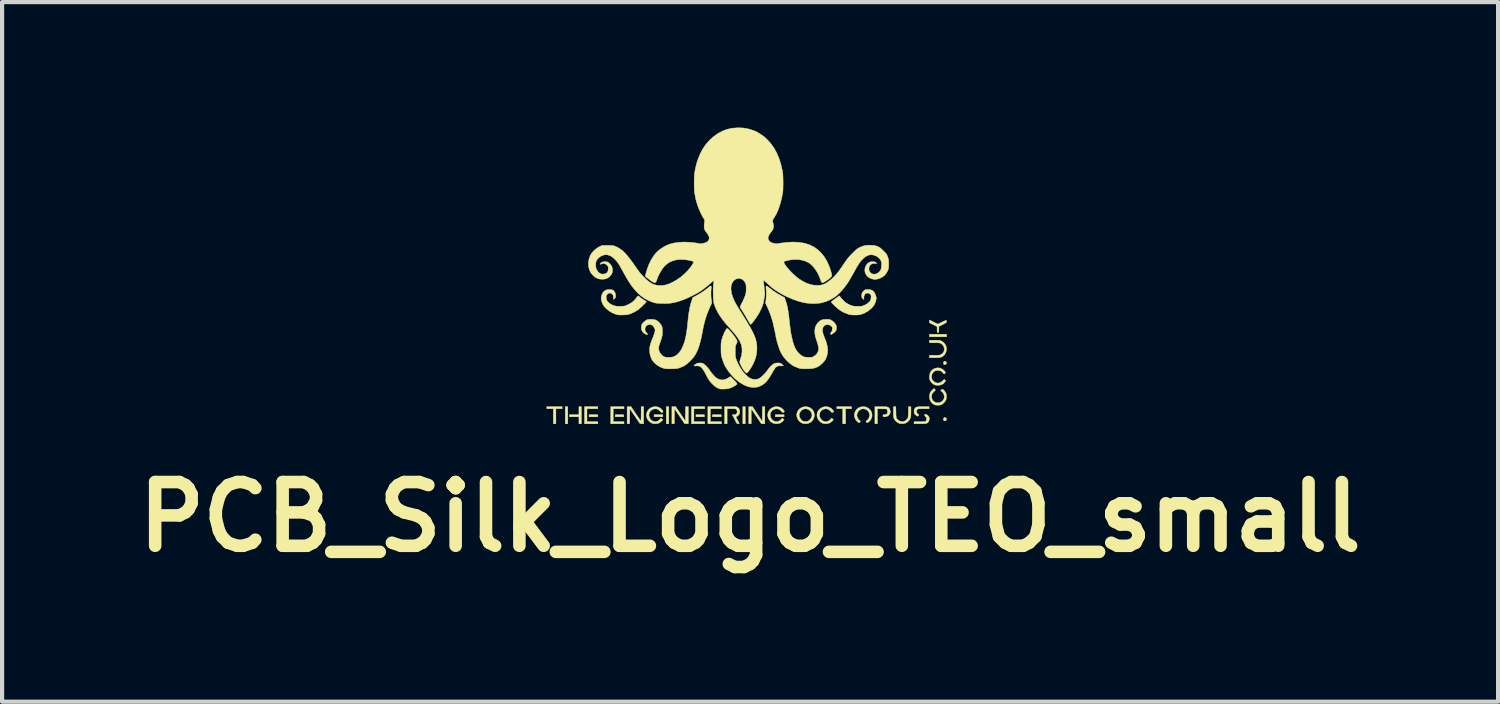
<source format=kicad_pcb>
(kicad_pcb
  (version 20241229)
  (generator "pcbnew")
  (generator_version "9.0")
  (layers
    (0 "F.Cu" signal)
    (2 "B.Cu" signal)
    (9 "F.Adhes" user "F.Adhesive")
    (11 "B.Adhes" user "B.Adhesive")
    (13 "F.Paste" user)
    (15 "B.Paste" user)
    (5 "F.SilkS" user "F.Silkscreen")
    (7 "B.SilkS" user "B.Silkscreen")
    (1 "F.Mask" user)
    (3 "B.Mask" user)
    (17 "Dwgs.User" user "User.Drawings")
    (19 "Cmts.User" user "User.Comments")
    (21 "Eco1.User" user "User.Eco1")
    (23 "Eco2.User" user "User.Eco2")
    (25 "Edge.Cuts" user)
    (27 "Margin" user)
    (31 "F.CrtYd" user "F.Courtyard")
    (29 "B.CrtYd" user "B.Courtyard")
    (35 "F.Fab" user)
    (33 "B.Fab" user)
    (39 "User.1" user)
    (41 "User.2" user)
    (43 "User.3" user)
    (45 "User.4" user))
  (footprint "PCB_Silk_Logo_TEO_small"
    (layer "F.Cu")
    (at 14.484 8.91)
    (property "Reference" "PCB_Silk_Logo_TEO_small" (at 0.4 0.4 0) (layer "F.SilkS") (effects (font (size 1.524 1.524) (thickness 0.3))))
    (attr through_hole)
    (fp_poly (pts (xy -3.959 -1.828) (xy -4.018 -1.828) (xy -4.018 -2.237) (xy -3.959 -2.237) (xy -3.959 -1.828)) (stroke (width 0.01) (type solid)) (fill yes) (layer "F.SilkS"))
    (fp_poly (pts (xy -3.241 -1.995) (xy -3.449 -1.995) (xy -3.449 -2.045) (xy -3.241 -2.045) (xy -3.241 -1.995)) (stroke (width 0.01) (type solid)) (fill yes) (layer "F.SilkS"))
    (fp_poly (pts (xy -2.622 -1.995) (xy -2.823 -1.995) (xy -2.823 -2.045) (xy -2.622 -2.045) (xy -2.622 -1.995)) (stroke (width 0.01) (type solid)) (fill yes) (layer "F.SilkS"))
    (fp_poly (pts (xy -1.686 -1.995) (xy -1.895 -1.995) (xy -1.895 -2.045) (xy -1.686 -2.045) (xy -1.686 -1.995)) (stroke (width 0.01) (type solid)) (fill yes) (layer "F.SilkS"))
    (fp_poly (pts (xy -1.544 -1.828) (xy -1.603 -1.828) (xy -1.603 -2.237) (xy -1.544 -2.237) (xy -1.544 -1.828)) (stroke (width 0.01) (type solid)) (fill yes) (layer "F.SilkS"))
    (fp_poly (pts (xy -0.692 -1.995) (xy -0.893 -1.995) (xy -0.893 -2.045) (xy -0.692 -2.045) (xy -0.692 -1.995)) (stroke (width 0.01) (type solid)) (fill yes) (layer "F.SilkS"))
    (fp_poly (pts (xy -0.291 -1.995) (xy -0.5 -1.995) (xy -0.5 -2.045) (xy -0.291 -2.045) (xy -0.291 -1.995)) (stroke (width 0.01) (type solid)) (fill yes) (layer "F.SilkS"))
    (fp_poly (pts (xy 0.285 -1.828) (xy 0.227 -1.828) (xy 0.227 -2.237) (xy 0.285 -2.237) (xy 0.285 -1.828)) (stroke (width 0.01) (type solid)) (fill yes) (layer "F.SilkS"))
    (fp_poly (pts (xy 1.213 -1.995) (xy 1.004 -1.995) (xy 1.004 -2.045) (xy 1.213 -2.045) (xy 1.213 -1.995)) (stroke (width 0.01) (type solid)) (fill yes) (layer "F.SilkS"))
    (fp_poly (pts (xy 5.098 -3.908) (xy 4.689 -3.908) (xy 4.689 -3.967) (xy 5.098 -3.967) (xy 5.098 -3.908)) (stroke (width 0.01) (type solid)) (fill yes) (layer "F.SilkS"))
    (fp_poly (pts (xy -4.093 -2.187) (xy -4.243 -2.187) (xy -4.243 -1.828) (xy -4.302 -1.828) (xy -4.302 -2.187) (xy -4.46 -2.187) (xy -4.46 -2.237) (xy -4.093 -2.237) (xy -4.093 -2.187)) (stroke (width 0.01) (type solid)) (fill yes) (layer "F.SilkS"))
    (fp_poly (pts (xy -3.633 -1.828) (xy -3.692 -1.828) (xy -3.692 -1.995) (xy -3.917 -1.995) (xy -3.917 -2.045) (xy -3.692 -2.045) (xy -3.692 -2.237) (xy -3.633 -2.237) (xy -3.633 -1.828)) (stroke (width 0.01) (type solid)) (fill yes) (layer "F.SilkS"))
    (fp_poly (pts (xy -3.241 -2.187) (xy -3.5 -2.187) (xy -3.5 -1.878) (xy -3.241 -1.878) (xy -3.241 -1.828) (xy -3.558 -1.828) (xy -3.558 -2.237) (xy -3.241 -2.237) (xy -3.241 -2.187)) (stroke (width 0.01) (type solid)) (fill yes) (layer "F.SilkS"))
    (fp_poly (pts (xy -2.614 -2.187) (xy -2.873 -2.187) (xy -2.873 -1.878) (xy -2.614 -1.878) (xy -2.614 -1.828) (xy -2.931 -1.828) (xy -2.931 -2.237) (xy -2.614 -2.237) (xy -2.614 -2.187)) (stroke (width 0.01) (type solid)) (fill yes) (layer "F.SilkS"))
    (fp_poly (pts (xy -0.684 -2.187) (xy -0.943 -2.187) (xy -0.943 -1.878) (xy -0.684 -1.878) (xy -0.684 -1.828) (xy -1.001 -1.828) (xy -1.001 -2.237) (xy -0.684 -2.237) (xy -0.684 -2.187)) (stroke (width 0.01) (type solid)) (fill yes) (layer "F.SilkS"))
    (fp_poly (pts (xy -0.283 -2.187) (xy -0.55 -2.187) (xy -0.55 -1.878) (xy -0.283 -1.878) (xy -0.283 -1.828) (xy -0.609 -1.828) (xy -0.609 -2.237) (xy -0.283 -2.237) (xy -0.283 -2.187)) (stroke (width 0.01) (type solid)) (fill yes) (layer "F.SilkS"))
    (fp_poly (pts (xy 2.825 -2.187) (xy 2.683 -2.187) (xy 2.683 -1.828) (xy 2.616 -1.828) (xy 2.616 -2.187) (xy 2.474 -2.187) (xy 2.474 -2.237) (xy 2.825 -2.237) (xy 2.825 -2.187)) (stroke (width 0.01) (type solid)) (fill yes) (layer "F.SilkS"))
    (fp_poly (pts (xy 0.753 -1.828) (xy 0.671 -1.828) (xy 0.427 -2.191) (xy 0.427 -1.828) (xy 0.369 -1.828) (xy 0.369 -2.237) (xy 0.457 -2.237) (xy 0.691 -1.884) (xy 0.695 -2.237) (xy 0.753 -2.237) (xy 0.753 -1.828)) (stroke (width 0.01) (type solid)) (fill yes) (layer "F.SilkS"))
    (fp_poly (pts (xy -1.264 -2.065) (xy -1.148 -1.893) (xy -1.143 -2.237) (xy -1.077 -2.237) (xy -1.077 -1.828) (xy -1.164 -1.829) (xy -1.285 -2.009) (xy -1.407 -2.189) (xy -1.409 -2.009) (xy -1.411 -1.828) (xy -1.469 -1.828) (xy -1.469 -2.237) (xy -1.38 -2.237) (xy -1.264 -2.065)) (stroke (width 0.01) (type solid)) (fill yes) (layer "F.SilkS"))
    (fp_poly (pts (xy 5.077 -3.316) (xy 5.093 -3.299) (xy 5.098 -3.282) (xy 5.091 -3.26) (xy 5.075 -3.246) (xy 5.055 -3.241) (xy 5.035 -3.248) (xy 5.033 -3.25) (xy 5.025 -3.266) (xy 5.023 -3.282) (xy 5.029 -3.307) (xy 5.045 -3.321) (xy 5.057 -3.324) (xy 5.077 -3.316)) (stroke (width 0.01) (type solid)) (fill yes) (layer "F.SilkS"))
    (fp_poly (pts (xy 5.077 -1.971) (xy 5.093 -1.954) (xy 5.098 -1.937) (xy 5.091 -1.915) (xy 5.075 -1.901) (xy 5.055 -1.896) (xy 5.035 -1.903) (xy 5.033 -1.905) (xy 5.025 -1.92) (xy 5.023 -1.937) (xy 5.029 -1.962) (xy 5.045 -1.976) (xy 5.057 -1.978) (xy 5.077 -1.971)) (stroke (width 0.01) (type solid)) (fill yes) (layer "F.SilkS"))
    (fp_poly (pts (xy -2.332 -2.066) (xy -2.3 -2.019) (xy -2.271 -1.977) (xy -2.246 -1.941) (xy -2.227 -1.915) (xy -2.215 -1.899) (xy -2.211 -1.895) (xy -2.209 -1.903) (xy -2.207 -1.925) (xy -2.206 -1.959) (xy -2.205 -2.002) (xy -2.205 -2.052) (xy -2.204 -2.066) (xy -2.204 -2.237) (xy -2.146 -2.237) (xy -2.146 -1.827) (xy -2.189 -1.83) (xy -2.232 -1.832) (xy -2.476 -2.191) (xy -2.481 -1.828) (xy -2.539 -1.828) (xy -2.539 -2.237) (xy -2.447 -2.237) (xy -2.332 -2.066)) (stroke (width 0.01) (type solid)) (fill yes) (layer "F.SilkS"))
    (fp_poly (pts (xy 4.788 -4.26) (xy 4.888 -4.21) (xy 4.991 -4.258) (xy 5.032 -4.278) (xy 5.06 -4.291) (xy 5.079 -4.298) (xy 5.089 -4.3) (xy 5.094 -4.297) (xy 5.096 -4.29) (xy 5.097 -4.287) (xy 5.097 -4.266) (xy 5.095 -4.255) (xy 5.086 -4.246) (xy 5.065 -4.233) (xy 5.035 -4.216) (xy 5.002 -4.199) (xy 4.914 -4.155) (xy 4.914 -4.082) (xy 4.914 -4.047) (xy 4.913 -4.025) (xy 4.91 -4.014) (xy 4.904 -4.009) (xy 4.894 -4.009) (xy 4.893 -4.009) (xy 4.883 -4.009) (xy 4.877 -4.013) (xy 4.874 -4.024) (xy 4.873 -4.046) (xy 4.872 -4.08) (xy 4.872 -4.151) (xy 4.781 -4.197) (xy 4.689 -4.243) (xy 4.689 -4.31) (xy 4.788 -4.26)) (stroke (width 0.01) (type solid)) (fill yes) (layer "F.SilkS"))
    (fp_poly (pts (xy 3.529 -2.237) (xy 3.59 -2.237) (xy 3.636 -2.235) (xy 3.67 -2.231) (xy 3.695 -2.224) (xy 3.713 -2.214) (xy 3.726 -2.199) (xy 3.737 -2.18) (xy 3.739 -2.177) (xy 3.752 -2.132) (xy 3.75 -2.091) (xy 3.734 -2.054) (xy 3.707 -2.024) (xy 3.669 -2.004) (xy 3.623 -1.995) (xy 3.617 -1.995) (xy 3.593 -1.996) (xy 3.581 -1.999) (xy 3.578 -2.009) (xy 3.577 -2.02) (xy 3.579 -2.036) (xy 3.586 -2.043) (xy 3.603 -2.045) (xy 3.611 -2.045) (xy 3.646 -2.049) (xy 3.668 -2.06) (xy 3.683 -2.083) (xy 3.686 -2.091) (xy 3.691 -2.114) (xy 3.688 -2.134) (xy 3.68 -2.152) (xy 3.665 -2.183) (xy 3.554 -2.185) (xy 3.444 -2.188) (xy 3.444 -1.828) (xy 3.385 -1.828) (xy 3.385 -2.237) (xy 3.529 -2.237)) (stroke (width 0.01) (type solid)) (fill yes) (layer "F.SilkS"))
    (fp_poly (pts (xy 4.611 -2.052) (xy 4.633 -2.041) (xy 4.654 -2.023) (xy 4.672 -2) (xy 4.677 -1.99) (xy 4.687 -1.958) (xy 4.686 -1.929) (xy 4.675 -1.896) (xy 4.672 -1.89) (xy 4.66 -1.869) (xy 4.647 -1.854) (xy 4.629 -1.843) (xy 4.605 -1.835) (xy 4.572 -1.831) (xy 4.527 -1.829) (xy 4.468 -1.828) (xy 4.46 -1.828) (xy 4.321 -1.828) (xy 4.321 -1.878) (xy 4.455 -1.878) (xy 4.505 -1.878) (xy 4.542 -1.879) (xy 4.567 -1.88) (xy 4.584 -1.883) (xy 4.595 -1.887) (xy 4.603 -1.893) (xy 4.605 -1.895) (xy 4.619 -1.92) (xy 4.622 -1.943) (xy 4.619 -1.971) (xy 4.611 -1.988) (xy 4.593 -2.001) (xy 4.59 -2.002) (xy 4.575 -2.019) (xy 4.572 -2.033) (xy 4.577 -2.049) (xy 4.591 -2.055) (xy 4.611 -2.052)) (stroke (width 0.01) (type solid)) (fill yes) (layer "F.SilkS"))
    (fp_poly (pts (xy 4.68 -2.187) (xy 4.547 -2.187) (xy 4.496 -2.187) (xy 4.459 -2.186) (xy 4.434 -2.185) (xy 4.417 -2.182) (xy 4.406 -2.178) (xy 4.398 -2.173) (xy 4.396 -2.171) (xy 4.384 -2.15) (xy 4.381 -2.124) (xy 4.384 -2.098) (xy 4.394 -2.076) (xy 4.41 -2.063) (xy 4.418 -2.062) (xy 4.427 -2.054) (xy 4.43 -2.037) (xy 4.425 -2.017) (xy 4.411 -2.011) (xy 4.39 -2.016) (xy 4.364 -2.034) (xy 4.353 -2.044) (xy 4.334 -2.065) (xy 4.325 -2.083) (xy 4.321 -2.105) (xy 4.321 -2.12) (xy 4.324 -2.156) (xy 4.333 -2.184) (xy 4.335 -2.188) (xy 4.347 -2.205) (xy 4.362 -2.217) (xy 4.381 -2.226) (xy 4.409 -2.232) (xy 4.446 -2.236) (xy 4.496 -2.237) (xy 4.542 -2.237) (xy 4.68 -2.237) (xy 4.68 -2.187)) (stroke (width 0.01) (type solid)) (fill yes) (layer "F.SilkS"))
    (fp_poly (pts (xy -0.068 -2.237) (xy -0.015 -2.237) (xy 0.024 -2.236) (xy 0.052 -2.235) (xy 0.071 -2.232) (xy 0.086 -2.228) (xy 0.097 -2.222) (xy 0.099 -2.221) (xy 0.131 -2.194) (xy 0.149 -2.16) (xy 0.154 -2.122) (xy 0.148 -2.076) (xy 0.127 -2.038) (xy 0.094 -2.01) (xy 0.092 -2.008) (xy 0.061 -1.992) (xy 0.102 -1.91) (xy 0.143 -1.828) (xy 0.114 -1.828) (xy 0.103 -1.828) (xy 0.093 -1.831) (xy 0.084 -1.838) (xy 0.074 -1.853) (xy 0.061 -1.876) (xy 0.044 -1.91) (xy 0.031 -1.937) (xy -0.024 -2.045) (xy 0.017 -2.045) (xy 0.045 -2.047) (xy 0.062 -2.053) (xy 0.076 -2.067) (xy 0.076 -2.067) (xy 0.088 -2.091) (xy 0.093 -2.116) (xy 0.088 -2.142) (xy 0.076 -2.165) (xy 0.068 -2.174) (xy 0.06 -2.181) (xy 0.047 -2.184) (xy 0.028 -2.186) (xy -0.002 -2.187) (xy -0.045 -2.187) (xy -0.149 -2.187) (xy -0.149 -1.828) (xy -0.208 -1.828) (xy -0.208 -2.237) (xy -0.068 -2.237)) (stroke (width 0.01) (type solid)) (fill yes) (layer "F.SilkS"))
    (fp_poly (pts (xy 4.861 -3.825) (xy 4.896 -3.824) (xy 4.922 -3.822) (xy 4.941 -3.819) (xy 4.958 -3.813) (xy 4.975 -3.805) (xy 4.982 -3.802) (xy 5.029 -3.769) (xy 5.064 -3.728) (xy 5.087 -3.679) (xy 5.097 -3.627) (xy 5.093 -3.574) (xy 5.076 -3.523) (xy 5.045 -3.475) (xy 5.03 -3.46) (xy 5.008 -3.441) (xy 4.986 -3.427) (xy 4.961 -3.417) (xy 4.93 -3.412) (xy 4.889 -3.408) (xy 4.836 -3.407) (xy 4.814 -3.407) (xy 4.689 -3.407) (xy 4.689 -3.466) (xy 4.81 -3.466) (xy 4.86 -3.466) (xy 4.896 -3.467) (xy 4.922 -3.469) (xy 4.941 -3.473) (xy 4.957 -3.479) (xy 4.964 -3.482) (xy 5.003 -3.51) (xy 5.03 -3.547) (xy 5.044 -3.589) (xy 5.044 -3.634) (xy 5.03 -3.677) (xy 5.008 -3.71) (xy 4.987 -3.73) (xy 4.968 -3.745) (xy 4.945 -3.756) (xy 4.916 -3.762) (xy 4.879 -3.765) (xy 4.829 -3.766) (xy 4.806 -3.766) (xy 4.689 -3.766) (xy 4.689 -3.825) (xy 4.812 -3.825) (xy 4.861 -3.825)) (stroke (width 0.01) (type solid)) (fill yes) (layer "F.SilkS"))
    (fp_poly (pts (xy 3.888 -2.105) (xy 3.889 -2.055) (xy 3.89 -2.019) (xy 3.892 -1.994) (xy 3.895 -1.976) (xy 3.9 -1.963) (xy 3.907 -1.952) (xy 3.914 -1.942) (xy 3.95 -1.908) (xy 3.991 -1.887) (xy 4.035 -1.879) (xy 4.079 -1.885) (xy 4.12 -1.905) (xy 4.154 -1.937) (xy 4.16 -1.946) (xy 4.169 -1.96) (xy 4.175 -1.973) (xy 4.179 -1.989) (xy 4.182 -2.01) (xy 4.184 -2.039) (xy 4.185 -2.08) (xy 4.186 -2.109) (xy 4.188 -2.237) (xy 4.246 -2.237) (xy 4.246 -2.114) (xy 4.245 -2.065) (xy 4.244 -2.029) (xy 4.242 -2.003) (xy 4.239 -1.983) (xy 4.233 -1.965) (xy 4.226 -1.949) (xy 4.196 -1.901) (xy 4.157 -1.866) (xy 4.12 -1.845) (xy 4.079 -1.833) (xy 4.032 -1.829) (xy 3.986 -1.833) (xy 3.966 -1.838) (xy 3.915 -1.864) (xy 3.873 -1.903) (xy 3.844 -1.947) (xy 3.838 -1.961) (xy 3.834 -1.977) (xy 3.831 -1.998) (xy 3.829 -2.027) (xy 3.828 -2.068) (xy 3.828 -2.108) (xy 3.828 -2.237) (xy 3.885 -2.237) (xy 3.888 -2.105)) (stroke (width 0.01) (type solid)) (fill yes) (layer "F.SilkS"))
    (fp_poly (pts (xy 2.241 -2.235) (xy 2.291 -2.223) (xy 2.337 -2.198) (xy 2.374 -2.162) (xy 2.375 -2.16) (xy 2.391 -2.136) (xy 2.398 -2.121) (xy 2.394 -2.111) (xy 2.38 -2.103) (xy 2.378 -2.102) (xy 2.365 -2.098) (xy 2.354 -2.1) (xy 2.341 -2.112) (xy 2.327 -2.128) (xy 2.287 -2.164) (xy 2.244 -2.183) (xy 2.198 -2.186) (xy 2.15 -2.173) (xy 2.142 -2.17) (xy 2.103 -2.142) (xy 2.076 -2.106) (xy 2.061 -2.064) (xy 2.06 -2.019) (xy 2.072 -1.974) (xy 2.098 -1.933) (xy 2.102 -1.929) (xy 2.141 -1.897) (xy 2.185 -1.88) (xy 2.23 -1.879) (xy 2.274 -1.893) (xy 2.314 -1.923) (xy 2.323 -1.932) (xy 2.351 -1.964) (xy 2.393 -1.922) (xy 2.361 -1.891) (xy 2.335 -1.869) (xy 2.307 -1.85) (xy 2.296 -1.844) (xy 2.258 -1.833) (xy 2.213 -1.829) (xy 2.169 -1.831) (xy 2.132 -1.841) (xy 2.082 -1.871) (xy 2.043 -1.91) (xy 2.016 -1.956) (xy 2.001 -2.006) (xy 2 -2.057) (xy 2.013 -2.108) (xy 2.041 -2.156) (xy 2.047 -2.163) (xy 2.088 -2.199) (xy 2.136 -2.224) (xy 2.188 -2.236) (xy 2.241 -2.235)) (stroke (width 0.01) (type solid)) (fill yes) (layer "F.SilkS"))
    (fp_poly (pts (xy -1.837 -2.235) (xy -1.786 -2.223) (xy -1.741 -2.198) (xy -1.704 -2.162) (xy -1.702 -2.16) (xy -1.686 -2.136) (xy -1.68 -2.121) (xy -1.684 -2.111) (xy -1.697 -2.103) (xy -1.699 -2.102) (xy -1.712 -2.098) (xy -1.723 -2.1) (xy -1.737 -2.112) (xy -1.751 -2.128) (xy -1.79 -2.164) (xy -1.833 -2.183) (xy -1.879 -2.186) (xy -1.928 -2.173) (xy -1.935 -2.17) (xy -1.974 -2.142) (xy -2.001 -2.106) (xy -2.016 -2.064) (xy -2.018 -2.019) (xy -2.005 -1.974) (xy -1.979 -1.933) (xy -1.976 -1.929) (xy -1.936 -1.897) (xy -1.892 -1.88) (xy -1.848 -1.879) (xy -1.804 -1.893) (xy -1.764 -1.923) (xy -1.755 -1.932) (xy -1.727 -1.964) (xy -1.706 -1.943) (xy -1.685 -1.922) (xy -1.716 -1.891) (xy -1.742 -1.869) (xy -1.771 -1.85) (xy -1.782 -1.844) (xy -1.819 -1.833) (xy -1.864 -1.829) (xy -1.908 -1.831) (xy -1.945 -1.841) (xy -1.995 -1.871) (xy -2.035 -1.91) (xy -2.062 -1.956) (xy -2.076 -2.006) (xy -2.077 -2.057) (xy -2.064 -2.108) (xy -2.036 -2.156) (xy -2.031 -2.163) (xy -1.99 -2.199) (xy -1.942 -2.224) (xy -1.89 -2.236) (xy -1.837 -2.235)) (stroke (width 0.01) (type solid)) (fill yes) (layer "F.SilkS"))
    (fp_poly (pts (xy 1.062 -2.235) (xy 1.113 -2.223) (xy 1.158 -2.198) (xy 1.196 -2.162) (xy 1.197 -2.16) (xy 1.213 -2.136) (xy 1.22 -2.121) (xy 1.216 -2.111) (xy 1.202 -2.103) (xy 1.2 -2.102) (xy 1.187 -2.098) (xy 1.176 -2.1) (xy 1.163 -2.112) (xy 1.148 -2.128) (xy 1.109 -2.164) (xy 1.066 -2.183) (xy 1.02 -2.186) (xy 0.972 -2.173) (xy 0.964 -2.17) (xy 0.925 -2.142) (xy 0.898 -2.106) (xy 0.883 -2.064) (xy 0.882 -2.019) (xy 0.894 -1.974) (xy 0.92 -1.933) (xy 0.923 -1.929) (xy 0.963 -1.897) (xy 1.007 -1.88) (xy 1.052 -1.879) (xy 1.095 -1.893) (xy 1.136 -1.923) (xy 1.145 -1.932) (xy 1.173 -1.964) (xy 1.193 -1.943) (xy 1.214 -1.922) (xy 1.183 -1.891) (xy 1.157 -1.869) (xy 1.128 -1.85) (xy 1.118 -1.844) (xy 1.08 -1.833) (xy 1.035 -1.829) (xy 0.991 -1.831) (xy 0.954 -1.841) (xy 0.904 -1.871) (xy 0.865 -1.91) (xy 0.838 -1.956) (xy 0.823 -2.006) (xy 0.822 -2.057) (xy 0.835 -2.108) (xy 0.863 -2.156) (xy 0.869 -2.163) (xy 0.91 -2.199) (xy 0.958 -2.224) (xy 1.01 -2.236) (xy 1.062 -2.235)) (stroke (width 0.01) (type solid)) (fill yes) (layer "F.SilkS"))
    (fp_poly (pts (xy 1.785 -2.23) (xy 1.836 -2.209) (xy 1.879 -2.177) (xy 1.911 -2.136) (xy 1.931 -2.088) (xy 1.937 -2.035) (xy 1.929 -1.978) (xy 1.928 -1.978) (xy 1.905 -1.925) (xy 1.87 -1.882) (xy 1.825 -1.851) (xy 1.773 -1.833) (xy 1.731 -1.829) (xy 1.701 -1.83) (xy 1.673 -1.834) (xy 1.662 -1.836) (xy 1.614 -1.859) (xy 1.572 -1.895) (xy 1.54 -1.941) (xy 1.522 -1.987) (xy 1.515 -2.041) (xy 1.515 -2.041) (xy 1.572 -2.041) (xy 1.579 -2) (xy 1.598 -1.958) (xy 1.625 -1.921) (xy 1.658 -1.895) (xy 1.668 -1.89) (xy 1.709 -1.88) (xy 1.753 -1.881) (xy 1.783 -1.889) (xy 1.814 -1.909) (xy 1.843 -1.939) (xy 1.866 -1.974) (xy 1.873 -1.991) (xy 1.881 -2.037) (xy 1.874 -2.079) (xy 1.856 -2.117) (xy 1.828 -2.147) (xy 1.793 -2.17) (xy 1.754 -2.183) (xy 1.712 -2.186) (xy 1.67 -2.175) (xy 1.632 -2.151) (xy 1.627 -2.147) (xy 1.607 -2.122) (xy 1.589 -2.092) (xy 1.576 -2.061) (xy 1.572 -2.041) (xy 1.515 -2.041) (xy 1.524 -2.092) (xy 1.545 -2.139) (xy 1.578 -2.179) (xy 1.621 -2.21) (xy 1.671 -2.23) (xy 1.727 -2.237) (xy 1.785 -2.23)) (stroke (width 0.01) (type solid)) (fill yes) (layer "F.SilkS"))
    (fp_poly (pts (xy 4.816 -2.655) (xy 4.827 -2.64) (xy 4.831 -2.631) (xy 4.825 -2.622) (xy 4.809 -2.608) (xy 4.796 -2.597) (xy 4.763 -2.562) (xy 4.744 -2.521) (xy 4.739 -2.475) (xy 4.746 -2.428) (xy 4.768 -2.388) (xy 4.801 -2.356) (xy 4.842 -2.335) (xy 4.889 -2.327) (xy 4.936 -2.335) (xy 4.977 -2.354) (xy 5.011 -2.384) (xy 5.034 -2.422) (xy 5.045 -2.464) (xy 5.042 -2.508) (xy 5.039 -2.518) (xy 5.017 -2.565) (xy 4.984 -2.6) (xy 4.976 -2.605) (xy 4.956 -2.619) (xy 4.977 -2.638) (xy 4.998 -2.658) (xy 5.021 -2.641) (xy 5.038 -2.624) (xy 5.058 -2.6) (xy 5.069 -2.584) (xy 5.082 -2.56) (xy 5.09 -2.54) (xy 5.093 -2.515) (xy 5.094 -2.48) (xy 5.092 -2.44) (xy 5.087 -2.41) (xy 5.076 -2.385) (xy 5.075 -2.383) (xy 5.049 -2.346) (xy 5.014 -2.311) (xy 4.976 -2.286) (xy 4.967 -2.282) (xy 4.938 -2.275) (xy 4.9 -2.272) (xy 4.86 -2.273) (xy 4.825 -2.278) (xy 4.81 -2.282) (xy 4.762 -2.312) (xy 4.725 -2.353) (xy 4.7 -2.404) (xy 4.689 -2.462) (xy 4.689 -2.477) (xy 4.694 -2.531) (xy 4.709 -2.575) (xy 4.737 -2.614) (xy 4.76 -2.637) (xy 4.801 -2.673) (xy 4.816 -2.655)) (stroke (width 0.01) (type solid)) (fill yes) (layer "F.SilkS"))
    (fp_poly (pts (xy 3.163 -2.23) (xy 3.213 -2.21) (xy 3.254 -2.179) (xy 3.285 -2.141) (xy 3.307 -2.096) (xy 3.316 -2.047) (xy 3.314 -1.998) (xy 3.297 -1.948) (xy 3.267 -1.902) (xy 3.255 -1.89) (xy 3.227 -1.865) (xy 3.206 -1.855) (xy 3.189 -1.858) (xy 3.178 -1.87) (xy 3.172 -1.884) (xy 3.178 -1.895) (xy 3.186 -1.903) (xy 3.202 -1.915) (xy 3.211 -1.92) (xy 3.219 -1.927) (xy 3.23 -1.946) (xy 3.241 -1.971) (xy 3.252 -1.999) (xy 3.258 -2.023) (xy 3.26 -2.036) (xy 3.253 -2.075) (xy 3.234 -2.115) (xy 3.207 -2.147) (xy 3.193 -2.159) (xy 3.147 -2.181) (xy 3.1 -2.187) (xy 3.055 -2.177) (xy 3.013 -2.152) (xy 3.009 -2.149) (xy 2.975 -2.108) (xy 2.957 -2.064) (xy 2.954 -2.019) (xy 2.967 -1.973) (xy 2.995 -1.931) (xy 3.014 -1.912) (xy 3.032 -1.896) (xy 3.038 -1.885) (xy 3.036 -1.877) (xy 3.03 -1.869) (xy 3.014 -1.857) (xy 2.999 -1.855) (xy 2.98 -1.866) (xy 2.954 -1.89) (xy 2.954 -1.89) (xy 2.92 -1.937) (xy 2.9 -1.986) (xy 2.894 -2.037) (xy 2.901 -2.086) (xy 2.92 -2.132) (xy 2.95 -2.173) (xy 2.989 -2.205) (xy 3.038 -2.227) (xy 3.094 -2.237) (xy 3.105 -2.237) (xy 3.163 -2.23)) (stroke (width 0.01) (type solid)) (fill yes) (layer "F.SilkS"))
    (fp_poly (pts (xy -0.738 -3.274) (xy -0.719 -3.266) (xy -0.689 -3.245) (xy -0.653 -3.213) (xy -0.615 -3.172) (xy -0.578 -3.125) (xy -0.55 -3.085) (xy -0.516 -3.039) (xy -0.479 -2.995) (xy -0.441 -2.955) (xy -0.405 -2.924) (xy -0.375 -2.904) (xy -0.372 -2.903) (xy -0.315 -2.882) (xy -0.261 -2.875) (xy -0.208 -2.883) (xy -0.153 -2.906) (xy -0.122 -2.924) (xy -0.071 -2.957) (xy 0.011 -2.875) (xy 0.047 -2.838) (xy 0.071 -2.811) (xy 0.085 -2.793) (xy 0.089 -2.781) (xy 0.089 -2.778) (xy 0.077 -2.764) (xy 0.054 -2.747) (xy 0.021 -2.727) (xy -0.016 -2.707) (xy -0.056 -2.69) (xy -0.071 -2.684) (xy -0.106 -2.672) (xy -0.142 -2.665) (xy -0.185 -2.66) (xy -0.216 -2.659) (xy -0.255 -2.658) (xy -0.289 -2.659) (xy -0.315 -2.66) (xy -0.325 -2.662) (xy -0.375 -2.683) (xy -0.42 -2.708) (xy -0.464 -2.743) (xy -0.51 -2.787) (xy -0.538 -2.818) (xy -0.561 -2.845) (xy -0.581 -2.873) (xy -0.601 -2.906) (xy -0.624 -2.947) (xy -0.645 -2.987) (xy -0.681 -3.055) (xy -0.714 -3.109) (xy -0.743 -3.15) (xy -0.772 -3.18) (xy -0.8 -3.199) (xy -0.831 -3.209) (xy -0.864 -3.213) (xy -0.891 -3.211) (xy -0.922 -3.209) (xy -0.938 -3.212) (xy -0.94 -3.219) (xy -0.929 -3.233) (xy -0.924 -3.238) (xy -0.884 -3.264) (xy -0.836 -3.279) (xy -0.786 -3.283) (xy -0.738 -3.274)) (stroke (width 0.01) (type solid)) (fill yes) (layer "F.SilkS"))
    (fp_poly (pts (xy 4.926 -3.163) (xy 4.95 -3.157) (xy 4.986 -3.14) (xy 5.021 -3.116) (xy 5.049 -3.089) (xy 5.061 -3.071) (xy 5.07 -3.053) (xy 5.069 -3.042) (xy 5.059 -3.032) (xy 5.056 -3.029) (xy 5.043 -3.02) (xy 5.034 -3.021) (xy 5.023 -3.033) (xy 5.02 -3.038) (xy 4.989 -3.072) (xy 4.953 -3.093) (xy 4.907 -3.102) (xy 4.888 -3.102) (xy 4.856 -3.101) (xy 4.835 -3.097) (xy 4.817 -3.089) (xy 4.8 -3.076) (xy 4.777 -3.054) (xy 4.758 -3.03) (xy 4.753 -3.022) (xy 4.743 -2.988) (xy 4.739 -2.949) (xy 4.743 -2.911) (xy 4.751 -2.89) (xy 4.769 -2.864) (xy 4.795 -2.839) (xy 4.823 -2.819) (xy 4.845 -2.809) (xy 4.866 -2.804) (xy 4.877 -2.801) (xy 4.89 -2.801) (xy 4.913 -2.805) (xy 4.927 -2.807) (xy 4.958 -2.817) (xy 4.986 -2.836) (xy 5.004 -2.853) (xy 5.042 -2.891) (xy 5.059 -2.874) (xy 5.076 -2.857) (xy 5.054 -2.824) (xy 5.021 -2.788) (xy 4.977 -2.763) (xy 4.924 -2.749) (xy 4.89 -2.747) (xy 4.857 -2.749) (xy 4.827 -2.754) (xy 4.81 -2.759) (xy 4.765 -2.787) (xy 4.727 -2.828) (xy 4.708 -2.858) (xy 4.697 -2.883) (xy 4.691 -2.905) (xy 4.689 -2.932) (xy 4.69 -2.964) (xy 4.699 -3.024) (xy 4.72 -3.073) (xy 4.753 -3.113) (xy 4.783 -3.135) (xy 4.828 -3.154) (xy 4.877 -3.164) (xy 4.926 -3.163)) (stroke (width 0.01) (type solid)) (fill yes) (layer "F.SilkS"))
    (fp_poly (pts (xy -2.903 -5.032) (xy -2.875 -5.021) (xy -2.872 -5.019) (xy -2.842 -4.988) (xy -2.822 -4.945) (xy -2.815 -4.896) (xy -2.814 -4.89) (xy -2.816 -4.861) (xy -2.821 -4.842) (xy -2.832 -4.827) (xy -2.837 -4.823) (xy -2.856 -4.807) (xy -2.867 -4.804) (xy -2.87 -4.816) (xy -2.868 -4.832) (xy -2.866 -4.87) (xy -2.878 -4.904) (xy -2.895 -4.927) (xy -2.913 -4.945) (xy -2.933 -4.952) (xy -2.951 -4.953) (xy -2.977 -4.95) (xy -2.998 -4.94) (xy -3.013 -4.925) (xy -3.03 -4.905) (xy -3.038 -4.886) (xy -3.04 -4.86) (xy -3.04 -4.855) (xy -3.037 -4.811) (xy -3.025 -4.776) (xy -3.001 -4.744) (xy -2.991 -4.733) (xy -2.945 -4.695) (xy -2.884 -4.664) (xy -2.836 -4.648) (xy -2.807 -4.641) (xy -2.774 -4.637) (xy -2.735 -4.636) (xy -2.69 -4.637) (xy -2.648 -4.639) (xy -2.617 -4.641) (xy -2.593 -4.646) (xy -2.569 -4.654) (xy -2.541 -4.666) (xy -2.509 -4.681) (xy -2.449 -4.714) (xy -2.401 -4.748) (xy -2.361 -4.786) (xy -2.323 -4.832) (xy -2.32 -4.837) (xy -2.302 -4.861) (xy -2.287 -4.879) (xy -2.278 -4.886) (xy -2.278 -4.886) (xy -2.268 -4.881) (xy -2.249 -4.868) (xy -2.227 -4.849) (xy -2.195 -4.825) (xy -2.158 -4.799) (xy -2.131 -4.782) (xy -2.106 -4.766) (xy -2.087 -4.753) (xy -2.079 -4.746) (xy -2.079 -4.745) (xy -2.085 -4.737) (xy -2.101 -4.719) (xy -2.124 -4.695) (xy -2.153 -4.666) (xy -2.185 -4.636) (xy -2.216 -4.607) (xy -2.246 -4.58) (xy -2.271 -4.559) (xy -2.289 -4.545) (xy -2.29 -4.544) (xy -2.361 -4.503) (xy -2.44 -4.466) (xy -2.48 -4.451) (xy -2.512 -4.442) (xy -2.547 -4.436) (xy -2.59 -4.432) (xy -2.635 -4.43) (xy -2.676 -4.429) (xy -2.713 -4.43) (xy -2.741 -4.43) (xy -2.756 -4.432) (xy -2.826 -4.451) (xy -2.897 -4.482) (xy -2.964 -4.522) (xy -3.025 -4.568) (xy -3.076 -4.618) (xy -3.113 -4.671) (xy -3.113 -4.671) (xy -3.135 -4.717) (xy -3.151 -4.764) (xy -3.16 -4.808) (xy -3.161 -4.845) (xy -3.158 -4.86) (xy -3.149 -4.89) (xy -3.14 -4.921) (xy -3.14 -4.922) (xy -3.119 -4.965) (xy -3.084 -5.002) (xy -3.056 -5.02) (xy -3.023 -5.031) (xy -2.983 -5.037) (xy -2.941 -5.037) (xy -2.903 -5.032)) (stroke (width 0.01) (type solid)) (fill yes) (layer "F.SilkS"))
    (fp_poly (pts (xy 3.263 -5.035) (xy 3.296 -5.028) (xy 3.323 -5.015) (xy 3.349 -4.994) (xy 3.358 -4.985) (xy 3.375 -4.96) (xy 3.393 -4.924) (xy 3.407 -4.885) (xy 3.417 -4.848) (xy 3.418 -4.829) (xy 3.415 -4.803) (xy 3.407 -4.768) (xy 3.394 -4.73) (xy 3.38 -4.693) (xy 3.372 -4.677) (xy 3.358 -4.655) (xy 3.335 -4.626) (xy 3.307 -4.595) (xy 3.291 -4.579) (xy 3.219 -4.521) (xy 3.138 -4.475) (xy 3.05 -4.442) (xy 3.039 -4.439) (xy 3.002 -4.433) (xy 2.955 -4.429) (xy 2.903 -4.428) (xy 2.852 -4.429) (xy 2.808 -4.433) (xy 2.796 -4.435) (xy 2.769 -4.441) (xy 2.736 -4.452) (xy 2.717 -4.459) (xy 2.686 -4.472) (xy 2.658 -4.483) (xy 2.645 -4.488) (xy 2.623 -4.498) (xy 2.607 -4.507) (xy 2.607 -4.507) (xy 2.594 -4.516) (xy 2.571 -4.529) (xy 2.554 -4.539) (xy 2.535 -4.552) (xy 2.509 -4.573) (xy 2.479 -4.599) (xy 2.446 -4.628) (xy 2.414 -4.658) (xy 2.385 -4.687) (xy 2.362 -4.711) (xy 2.346 -4.73) (xy 2.341 -4.739) (xy 2.347 -4.748) (xy 2.365 -4.763) (xy 2.39 -4.783) (xy 2.414 -4.801) (xy 2.447 -4.825) (xy 2.477 -4.847) (xy 2.501 -4.864) (xy 2.511 -4.872) (xy 2.527 -4.883) (xy 2.536 -4.885) (xy 2.544 -4.877) (xy 2.546 -4.873) (xy 2.574 -4.838) (xy 2.608 -4.8) (xy 2.642 -4.765) (xy 2.674 -4.735) (xy 2.696 -4.718) (xy 2.726 -4.7) (xy 2.763 -4.681) (xy 2.796 -4.665) (xy 2.823 -4.654) (xy 2.846 -4.647) (xy 2.872 -4.642) (xy 2.903 -4.639) (xy 2.945 -4.637) (xy 2.96 -4.637) (xy 3.004 -4.636) (xy 3.036 -4.636) (xy 3.06 -4.638) (xy 3.081 -4.642) (xy 3.103 -4.65) (xy 3.131 -4.661) (xy 3.131 -4.661) (xy 3.183 -4.687) (xy 3.228 -4.718) (xy 3.262 -4.752) (xy 3.282 -4.783) (xy 3.288 -4.807) (xy 3.292 -4.839) (xy 3.293 -4.86) (xy 3.292 -4.889) (xy 3.288 -4.907) (xy 3.279 -4.921) (xy 3.268 -4.931) (xy 3.237 -4.948) (xy 3.203 -4.954) (xy 3.172 -4.947) (xy 3.152 -4.933) (xy 3.133 -4.903) (xy 3.122 -4.866) (xy 3.121 -4.831) (xy 3.122 -4.827) (xy 3.123 -4.808) (xy 3.116 -4.803) (xy 3.101 -4.813) (xy 3.089 -4.825) (xy 3.075 -4.844) (xy 3.069 -4.865) (xy 3.068 -4.893) (xy 3.072 -4.936) (xy 3.087 -4.972) (xy 3.116 -5.004) (xy 3.122 -5.01) (xy 3.138 -5.023) (xy 3.153 -5.031) (xy 3.171 -5.035) (xy 3.198 -5.036) (xy 3.219 -5.036) (xy 3.263 -5.035)) (stroke (width 0.01) (type solid)) (fill yes) (layer "F.SilkS"))
    (fp_poly (pts (xy -0.135 -4.103) (xy -0.12 -4.091) (xy -0.097 -4.067) (xy -0.093 -4.063) (xy -0.051 -4.014) (xy -0.011 -3.966) (xy 0.025 -3.919) (xy 0.054 -3.876) (xy 0.077 -3.84) (xy 0.09 -3.812) (xy 0.093 -3.798) (xy 0.089 -3.777) (xy 0.079 -3.75) (xy 0.07 -3.731) (xy 0.061 -3.713) (xy 0.055 -3.698) (xy 0.051 -3.681) (xy 0.049 -3.659) (xy 0.048 -3.628) (xy 0.047 -3.586) (xy 0.047 -3.557) (xy 0.047 -3.504) (xy 0.049 -3.463) (xy 0.052 -3.43) (xy 0.058 -3.4) (xy 0.068 -3.369) (xy 0.083 -3.333) (xy 0.099 -3.294) (xy 0.137 -3.216) (xy 0.182 -3.141) (xy 0.231 -3.072) (xy 0.283 -3.012) (xy 0.336 -2.961) (xy 0.387 -2.924) (xy 0.404 -2.914) (xy 0.463 -2.894) (xy 0.523 -2.888) (xy 0.582 -2.897) (xy 0.618 -2.911) (xy 0.643 -2.927) (xy 0.676 -2.954) (xy 0.712 -2.988) (xy 0.749 -3.025) (xy 0.782 -3.062) (xy 0.809 -3.096) (xy 0.818 -3.11) (xy 0.84 -3.14) (xy 0.868 -3.173) (xy 0.9 -3.207) (xy 0.932 -3.236) (xy 0.96 -3.258) (xy 0.972 -3.266) (xy 1 -3.275) (xy 1.037 -3.281) (xy 1.075 -3.282) (xy 1.109 -3.279) (xy 1.132 -3.272) (xy 1.15 -3.261) (xy 1.169 -3.245) (xy 1.186 -3.229) (xy 1.195 -3.216) (xy 1.196 -3.214) (xy 1.188 -3.212) (xy 1.168 -3.211) (xy 1.14 -3.212) (xy 1.136 -3.212) (xy 1.101 -3.213) (xy 1.078 -3.211) (xy 1.059 -3.205) (xy 1.042 -3.196) (xy 1.03 -3.189) (xy 1.02 -3.182) (xy 1.01 -3.173) (xy 0.999 -3.16) (xy 0.986 -3.141) (xy 0.97 -3.115) (xy 0.949 -3.08) (xy 0.922 -3.034) (xy 0.893 -2.983) (xy 0.842 -2.904) (xy 0.791 -2.839) (xy 0.738 -2.788) (xy 0.681 -2.749) (xy 0.618 -2.719) (xy 0.587 -2.709) (xy 0.538 -2.699) (xy 0.48 -2.697) (xy 0.419 -2.702) (xy 0.361 -2.714) (xy 0.345 -2.719) (xy 0.249 -2.759) (xy 0.155 -2.815) (xy 0.064 -2.884) (xy -0.021 -2.966) (xy -0.099 -3.058) (xy -0.169 -3.16) (xy -0.199 -3.211) (xy -0.213 -3.24) (xy -0.23 -3.281) (xy -0.248 -3.329) (xy -0.265 -3.379) (xy -0.276 -3.416) (xy -0.283 -3.441) (xy -0.288 -3.466) (xy -0.291 -3.493) (xy -0.294 -3.527) (xy -0.295 -3.57) (xy -0.295 -3.627) (xy -0.295 -3.629) (xy -0.295 -3.684) (xy -0.294 -3.727) (xy -0.292 -3.762) (xy -0.288 -3.792) (xy -0.281 -3.822) (xy -0.272 -3.856) (xy -0.258 -3.898) (xy -0.252 -3.916) (xy -0.237 -3.957) (xy -0.218 -4) (xy -0.199 -4.039) (xy -0.18 -4.072) (xy -0.164 -4.095) (xy -0.155 -4.104) (xy -0.145 -4.107) (xy -0.135 -4.103)) (stroke (width 0.01) (type solid)) (fill yes) (layer "F.SilkS"))
    (fp_poly (pts (xy 0.812 -5.114) (xy 0.84 -5.093) (xy 0.844 -5.09) (xy 0.944 -5.013) (xy 1.043 -4.947) (xy 1.148 -4.886) (xy 1.151 -4.885) (xy 1.226 -4.844) (xy 1.257 -4.75) (xy 1.274 -4.697) (xy 1.288 -4.641) (xy 1.3 -4.581) (xy 1.312 -4.513) (xy 1.323 -4.434) (xy 1.333 -4.343) (xy 1.337 -4.305) (xy 1.344 -4.243) (xy 1.351 -4.18) (xy 1.359 -4.12) (xy 1.366 -4.065) (xy 1.373 -4.02) (xy 1.378 -3.987) (xy 1.379 -3.979) (xy 1.398 -3.894) (xy 1.414 -3.822) (xy 1.431 -3.762) (xy 1.448 -3.71) (xy 1.466 -3.664) (xy 1.485 -3.623) (xy 1.519 -3.567) (xy 1.562 -3.516) (xy 1.609 -3.473) (xy 1.653 -3.445) (xy 1.678 -3.433) (xy 1.701 -3.425) (xy 1.728 -3.421) (xy 1.763 -3.418) (xy 1.787 -3.417) (xy 1.827 -3.416) (xy 1.855 -3.416) (xy 1.876 -3.419) (xy 1.895 -3.425) (xy 1.916 -3.435) (xy 1.92 -3.437) (xy 1.967 -3.469) (xy 2.004 -3.512) (xy 2.029 -3.562) (xy 2.039 -3.615) (xy 2.04 -3.625) (xy 2.037 -3.655) (xy 2.028 -3.696) (xy 2.015 -3.745) (xy 1.999 -3.798) (xy 1.982 -3.846) (xy 1.961 -3.916) (xy 1.949 -3.988) (xy 1.948 -4.058) (xy 1.955 -4.121) (xy 1.965 -4.154) (xy 1.991 -4.203) (xy 2.028 -4.25) (xy 2.073 -4.289) (xy 2.088 -4.298) (xy 2.109 -4.309) (xy 2.131 -4.316) (xy 2.158 -4.321) (xy 2.196 -4.324) (xy 2.206 -4.324) (xy 2.247 -4.326) (xy 2.277 -4.325) (xy 2.299 -4.321) (xy 2.32 -4.314) (xy 2.325 -4.312) (xy 2.378 -4.28) (xy 2.423 -4.236) (xy 2.446 -4.204) (xy 2.459 -4.18) (xy 2.464 -4.159) (xy 2.466 -4.133) (xy 2.465 -4.112) (xy 2.462 -4.084) (xy 2.458 -4.064) (xy 2.449 -4.048) (xy 2.433 -4.03) (xy 2.414 -4.012) (xy 2.381 -3.983) (xy 2.356 -3.969) (xy 2.346 -3.967) (xy 2.325 -3.971) (xy 2.319 -3.983) (xy 2.328 -4.001) (xy 2.33 -4.003) (xy 2.352 -4.033) (xy 2.363 -4.065) (xy 2.366 -4.099) (xy 2.364 -4.126) (xy 2.358 -4.144) (xy 2.343 -4.161) (xy 2.337 -4.166) (xy 2.299 -4.19) (xy 2.259 -4.199) (xy 2.219 -4.195) (xy 2.184 -4.179) (xy 2.155 -4.15) (xy 2.143 -4.129) (xy 2.133 -4.084) (xy 2.134 -4.03) (xy 2.149 -3.968) (xy 2.176 -3.896) (xy 2.179 -3.888) (xy 2.219 -3.788) (xy 2.244 -3.696) (xy 2.256 -3.609) (xy 2.253 -3.528) (xy 2.237 -3.45) (xy 2.207 -3.374) (xy 2.203 -3.365) (xy 2.184 -3.337) (xy 2.155 -3.303) (xy 2.121 -3.268) (xy 2.084 -3.235) (xy 2.05 -3.209) (xy 2.032 -3.198) (xy 1.993 -3.179) (xy 1.958 -3.165) (xy 1.923 -3.156) (xy 1.885 -3.149) (xy 1.839 -3.146) (xy 1.781 -3.143) (xy 1.768 -3.143) (xy 1.72 -3.143) (xy 1.674 -3.143) (xy 1.636 -3.145) (xy 1.608 -3.147) (xy 1.6 -3.148) (xy 1.574 -3.155) (xy 1.553 -3.162) (xy 1.549 -3.163) (xy 1.533 -3.171) (xy 1.508 -3.18) (xy 1.495 -3.185) (xy 1.443 -3.208) (xy 1.386 -3.245) (xy 1.326 -3.293) (xy 1.266 -3.351) (xy 1.264 -3.354) (xy 1.22 -3.403) (xy 1.183 -3.453) (xy 1.15 -3.507) (xy 1.12 -3.568) (xy 1.093 -3.637) (xy 1.067 -3.718) (xy 1.04 -3.812) (xy 1.039 -3.817) (xy 1.03 -3.853) (xy 1.022 -3.889) (xy 1.017 -3.916) (xy 1.017 -3.917) (xy 1.012 -3.947) (xy 1.005 -3.983) (xy 1 -4.004) (xy 0.992 -4.043) (xy 0.983 -4.085) (xy 0.979 -4.105) (xy 0.939 -4.279) (xy 0.887 -4.442) (xy 0.824 -4.596) (xy 0.816 -4.614) (xy 0.768 -4.714) (xy 0.779 -4.781) (xy 0.785 -4.834) (xy 0.788 -4.897) (xy 0.789 -4.962) (xy 0.787 -5.024) (xy 0.783 -5.061) (xy 0.78 -5.096) (xy 0.783 -5.116) (xy 0.793 -5.122) (xy 0.812 -5.114)) (stroke (width 0.01) (type solid)) (fill yes) (layer "F.SilkS"))
    (fp_poly (pts (xy -0.53 -5.118) (xy -0.527 -5.098) (xy -0.529 -5.067) (xy -0.534 -5.002) (xy -0.535 -4.929) (xy -0.533 -4.856) (xy -0.526 -4.79) (xy -0.525 -4.786) (xy -0.515 -4.715) (xy -0.558 -4.624) (xy -0.578 -4.578) (xy -0.6 -4.524) (xy -0.622 -4.469) (xy -0.639 -4.423) (xy -0.653 -4.38) (xy -0.666 -4.34) (xy -0.678 -4.299) (xy -0.69 -4.256) (xy -0.701 -4.208) (xy -0.714 -4.154) (xy -0.727 -4.09) (xy -0.742 -4.014) (xy -0.759 -3.925) (xy -0.763 -3.904) (xy -0.771 -3.866) (xy -0.782 -3.821) (xy -0.793 -3.779) (xy -0.793 -3.779) (xy -0.82 -3.685) (xy -0.848 -3.605) (xy -0.879 -3.536) (xy -0.912 -3.475) (xy -0.951 -3.419) (xy -0.997 -3.366) (xy -1.036 -3.326) (xy -1.081 -3.284) (xy -1.12 -3.251) (xy -1.156 -3.225) (xy -1.194 -3.204) (xy -1.239 -3.184) (xy -1.273 -3.171) (xy -1.299 -3.161) (xy -1.321 -3.154) (xy -1.344 -3.15) (xy -1.37 -3.147) (xy -1.404 -3.145) (xy -1.449 -3.143) (xy -1.478 -3.143) (xy -1.537 -3.142) (xy -1.584 -3.143) (xy -1.619 -3.145) (xy -1.647 -3.149) (xy -1.661 -3.152) (xy -1.746 -3.184) (xy -1.823 -3.231) (xy -1.872 -3.272) (xy -1.906 -3.306) (xy -1.931 -3.336) (xy -1.95 -3.368) (xy -1.967 -3.407) (xy -1.98 -3.441) (xy -1.991 -3.484) (xy -1.999 -3.534) (xy -2.003 -3.586) (xy -2.002 -3.633) (xy -1.997 -3.67) (xy -1.982 -3.728) (xy -1.968 -3.774) (xy -1.954 -3.814) (xy -1.938 -3.851) (xy -1.936 -3.856) (xy -1.92 -3.894) (xy -1.905 -3.937) (xy -1.891 -3.98) (xy -1.879 -4.02) (xy -1.872 -4.051) (xy -1.871 -4.067) (xy -1.877 -4.097) (xy -1.893 -4.13) (xy -1.914 -4.161) (xy -1.936 -4.182) (xy -1.973 -4.198) (xy -2.012 -4.2) (xy -2.048 -4.19) (xy -2.079 -4.17) (xy -2.101 -4.141) (xy -2.112 -4.104) (xy -2.113 -4.095) (xy -2.11 -4.061) (xy -2.099 -4.034) (xy -2.079 -4.006) (xy -2.068 -3.994) (xy -2.052 -3.974) (xy -2.05 -3.963) (xy -2.062 -3.96) (xy -2.087 -3.966) (xy -2.131 -3.987) (xy -2.165 -4.02) (xy -2.189 -4.061) (xy -2.201 -4.107) (xy -2.201 -4.156) (xy -2.187 -4.203) (xy -2.184 -4.208) (xy -2.165 -4.236) (xy -2.135 -4.265) (xy -2.102 -4.292) (xy -2.07 -4.312) (xy -2.053 -4.318) (xy -2.016 -4.324) (xy -1.971 -4.326) (xy -1.924 -4.323) (xy -1.881 -4.316) (xy -1.847 -4.306) (xy -1.841 -4.303) (xy -1.8 -4.275) (xy -1.761 -4.237) (xy -1.729 -4.194) (xy -1.711 -4.159) (xy -1.703 -4.136) (xy -1.698 -4.114) (xy -1.696 -4.088) (xy -1.695 -4.054) (xy -1.696 -4.017) (xy -1.698 -3.974) (xy -1.701 -3.939) (xy -1.707 -3.908) (xy -1.716 -3.874) (xy -1.73 -3.831) (xy -1.734 -3.821) (xy -1.753 -3.765) (xy -1.767 -3.722) (xy -1.777 -3.69) (xy -1.783 -3.666) (xy -1.786 -3.647) (xy -1.786 -3.631) (xy -1.785 -3.614) (xy -1.785 -3.613) (xy -1.77 -3.555) (xy -1.741 -3.503) (xy -1.7 -3.459) (xy -1.657 -3.432) (xy -1.638 -3.424) (xy -1.618 -3.419) (xy -1.594 -3.416) (xy -1.56 -3.416) (xy -1.534 -3.417) (xy -1.492 -3.419) (xy -1.462 -3.422) (xy -1.438 -3.428) (xy -1.415 -3.437) (xy -1.4 -3.444) (xy -1.345 -3.48) (xy -1.294 -3.53) (xy -1.25 -3.591) (xy -1.227 -3.635) (xy -1.202 -3.692) (xy -1.18 -3.75) (xy -1.16 -3.811) (xy -1.144 -3.876) (xy -1.129 -3.948) (xy -1.116 -4.028) (xy -1.103 -4.12) (xy -1.092 -4.226) (xy -1.085 -4.293) (xy -1.08 -4.346) (xy -1.074 -4.396) (xy -1.069 -4.439) (xy -1.064 -4.473) (xy -1.061 -4.493) (xy -1.061 -4.493) (xy -1.055 -4.521) (xy -1.049 -4.557) (xy -1.043 -4.594) (xy -1.036 -4.628) (xy -1.025 -4.672) (xy -1.012 -4.719) (xy -1.001 -4.752) (xy -0.97 -4.847) (xy -0.929 -4.867) (xy -0.815 -4.93) (xy -0.703 -5.003) (xy -0.599 -5.082) (xy -0.586 -5.093) (xy -0.558 -5.115) (xy -0.54 -5.123) (xy -0.53 -5.118)) (stroke (width 0.01) (type solid)) (fill yes) (layer "F.SilkS"))
    (fp_poly (pts (xy 0.238 -8.9) (xy 0.355 -8.88) (xy 0.47 -8.844) (xy 0.49 -8.836) (xy 0.521 -8.824) (xy 0.546 -8.813) (xy 0.568 -8.802) (xy 0.592 -8.788) (xy 0.619 -8.771) (xy 0.653 -8.749) (xy 0.698 -8.719) (xy 0.71 -8.711) (xy 0.73 -8.696) (xy 0.758 -8.672) (xy 0.789 -8.644) (xy 0.81 -8.623) (xy 0.897 -8.527) (xy 0.973 -8.42) (xy 1.038 -8.302) (xy 1.093 -8.172) (xy 1.138 -8.029) (xy 1.173 -7.874) (xy 1.181 -7.827) (xy 1.184 -7.798) (xy 1.186 -7.756) (xy 1.188 -7.705) (xy 1.189 -7.647) (xy 1.19 -7.586) (xy 1.189 -7.525) (xy 1.188 -7.468) (xy 1.187 -7.418) (xy 1.184 -7.378) (xy 1.181 -7.355) (xy 1.157 -7.23) (xy 1.128 -7.113) (xy 1.095 -7.006) (xy 1.059 -6.911) (xy 1.02 -6.829) (xy 0.986 -6.773) (xy 0.97 -6.748) (xy 0.954 -6.724) (xy 0.94 -6.695) (xy 0.939 -6.663) (xy 0.95 -6.629) (xy 0.96 -6.59) (xy 0.961 -6.544) (xy 0.955 -6.5) (xy 0.949 -6.484) (xy 0.936 -6.459) (xy 0.917 -6.431) (xy 0.904 -6.415) (xy 0.867 -6.365) (xy 0.842 -6.318) (xy 0.831 -6.277) (xy 0.831 -6.255) (xy 0.844 -6.219) (xy 0.869 -6.187) (xy 0.903 -6.163) (xy 0.924 -6.155) (xy 0.955 -6.147) (xy 0.985 -6.138) (xy 0.988 -6.138) (xy 1.017 -6.133) (xy 1.046 -6.133) (xy 1.047 -6.133) (xy 1.07 -6.137) (xy 1.102 -6.142) (xy 1.133 -6.147) (xy 1.282 -6.166) (xy 1.419 -6.173) (xy 1.547 -6.168) (xy 1.667 -6.151) (xy 1.726 -6.138) (xy 1.833 -6.102) (xy 1.932 -6.051) (xy 2.022 -5.987) (xy 2.104 -5.908) (xy 2.176 -5.817) (xy 2.239 -5.712) (xy 2.291 -5.595) (xy 2.302 -5.567) (xy 2.32 -5.514) (xy 2.335 -5.465) (xy 2.346 -5.422) (xy 2.353 -5.389) (xy 2.354 -5.367) (xy 2.354 -5.363) (xy 2.342 -5.344) (xy 2.318 -5.32) (xy 2.287 -5.292) (xy 2.25 -5.265) (xy 2.211 -5.239) (xy 2.174 -5.217) (xy 2.141 -5.202) (xy 2.134 -5.2) (xy 2.125 -5.199) (xy 2.116 -5.203) (xy 2.107 -5.215) (xy 2.097 -5.237) (xy 2.084 -5.271) (xy 2.07 -5.312) (xy 2.036 -5.393) (xy 1.993 -5.471) (xy 1.944 -5.543) (xy 1.89 -5.606) (xy 1.833 -5.657) (xy 1.805 -5.676) (xy 1.739 -5.71) (xy 1.661 -5.735) (xy 1.577 -5.752) (xy 1.493 -5.757) (xy 1.45 -5.755) (xy 1.403 -5.751) (xy 1.355 -5.744) (xy 1.309 -5.736) (xy 1.268 -5.726) (xy 1.235 -5.716) (xy 1.214 -5.707) (xy 1.207 -5.7) (xy 1.209 -5.688) (xy 1.218 -5.666) (xy 1.233 -5.638) (xy 1.239 -5.628) (xy 1.262 -5.594) (xy 1.295 -5.553) (xy 1.337 -5.506) (xy 1.383 -5.457) (xy 1.432 -5.409) (xy 1.481 -5.364) (xy 1.526 -5.325) (xy 1.567 -5.294) (xy 1.576 -5.287) (xy 1.667 -5.232) (xy 1.75 -5.19) (xy 1.83 -5.161) (xy 1.907 -5.144) (xy 1.985 -5.137) (xy 1.996 -5.137) (xy 2.034 -5.138) (xy 2.067 -5.14) (xy 2.092 -5.143) (xy 2.1 -5.145) (xy 2.121 -5.152) (xy 2.148 -5.16) (xy 2.154 -5.161) (xy 2.193 -5.177) (xy 2.239 -5.204) (xy 2.29 -5.24) (xy 2.344 -5.284) (xy 2.398 -5.334) (xy 2.449 -5.388) (xy 2.496 -5.443) (xy 2.518 -5.471) (xy 2.538 -5.499) (xy 2.565 -5.537) (xy 2.596 -5.582) (xy 2.628 -5.629) (xy 2.65 -5.663) (xy 2.69 -5.721) (xy 2.726 -5.769) (xy 2.762 -5.813) (xy 2.803 -5.858) (xy 2.846 -5.902) (xy 2.886 -5.942) (xy 2.918 -5.973) (xy 2.944 -5.995) (xy 2.967 -6.013) (xy 2.989 -6.027) (xy 3.014 -6.04) (xy 3.026 -6.046) (xy 3.078 -6.068) (xy 3.125 -6.084) (xy 3.172 -6.093) (xy 3.224 -6.097) (xy 3.285 -6.096) (xy 3.331 -6.094) (xy 3.365 -6.091) (xy 3.394 -6.085) (xy 3.422 -6.077) (xy 3.444 -6.069) (xy 3.472 -6.057) (xy 3.495 -6.044) (xy 3.518 -6.028) (xy 3.544 -6.005) (xy 3.576 -5.974) (xy 3.586 -5.964) (xy 3.62 -5.931) (xy 3.643 -5.905) (xy 3.66 -5.883) (xy 3.672 -5.862) (xy 3.683 -5.838) (xy 3.691 -5.818) (xy 3.701 -5.787) (xy 3.708 -5.762) (xy 3.712 -5.735) (xy 3.715 -5.704) (xy 3.715 -5.662) (xy 3.715 -5.646) (xy 3.714 -5.593) (xy 3.711 -5.552) (xy 3.703 -5.517) (xy 3.689 -5.484) (xy 3.669 -5.447) (xy 3.651 -5.419) (xy 3.615 -5.376) (xy 3.567 -5.339) (xy 3.511 -5.309) (xy 3.452 -5.289) (xy 3.394 -5.28) (xy 3.363 -5.281) (xy 3.302 -5.295) (xy 3.248 -5.32) (xy 3.203 -5.356) (xy 3.17 -5.401) (xy 3.149 -5.452) (xy 3.143 -5.502) (xy 3.15 -5.554) (xy 3.168 -5.602) (xy 3.196 -5.644) (xy 3.231 -5.677) (xy 3.272 -5.697) (xy 3.289 -5.701) (xy 3.333 -5.704) (xy 3.372 -5.7) (xy 3.402 -5.69) (xy 3.411 -5.683) (xy 3.424 -5.668) (xy 3.424 -5.66) (xy 3.409 -5.657) (xy 3.382 -5.659) (xy 3.339 -5.659) (xy 3.304 -5.647) (xy 3.272 -5.621) (xy 3.265 -5.613) (xy 3.249 -5.581) (xy 3.242 -5.543) (xy 3.245 -5.502) (xy 3.258 -5.465) (xy 3.262 -5.459) (xy 3.291 -5.428) (xy 3.329 -5.409) (xy 3.371 -5.404) (xy 3.414 -5.411) (xy 3.456 -5.432) (xy 3.484 -5.455) (xy 3.508 -5.481) (xy 3.524 -5.508) (xy 3.534 -5.538) (xy 3.54 -5.577) (xy 3.542 -5.614) (xy 3.543 -5.664) (xy 3.537 -5.703) (xy 3.525 -5.735) (xy 3.503 -5.766) (xy 3.471 -5.798) (xy 3.439 -5.825) (xy 3.405 -5.843) (xy 3.371 -5.855) (xy 3.333 -5.865) (xy 3.306 -5.87) (xy 3.282 -5.87) (xy 3.255 -5.864) (xy 3.222 -5.854) (xy 3.17 -5.83) (xy 3.118 -5.791) (xy 3.065 -5.738) (xy 3.012 -5.669) (xy 2.958 -5.585) (xy 2.922 -5.521) (xy 2.902 -5.484) (xy 2.883 -5.45) (xy 2.868 -5.423) (xy 2.86 -5.408) (xy 2.849 -5.39) (xy 2.833 -5.362) (xy 2.814 -5.329) (xy 2.8 -5.304) (xy 2.742 -5.207) (xy 2.677 -5.116) (xy 2.609 -5.031) (xy 2.539 -4.955) (xy 2.469 -4.892) (xy 2.418 -4.854) (xy 2.318 -4.795) (xy 2.213 -4.75) (xy 2.106 -4.719) (xy 2.052 -4.71) (xy 1.986 -4.704) (xy 1.911 -4.703) (xy 1.832 -4.706) (xy 1.755 -4.713) (xy 1.686 -4.724) (xy 1.654 -4.731) (xy 1.534 -4.765) (xy 1.413 -4.809) (xy 1.295 -4.859) (xy 1.187 -4.913) (xy 1.158 -4.93) (xy 1.096 -4.966) (xy 1.046 -4.997) (xy 1.004 -5.024) (xy 0.967 -5.05) (xy 0.933 -5.076) (xy 0.898 -5.106) (xy 0.859 -5.141) (xy 0.827 -5.171) (xy 0.795 -5.2) (xy 0.767 -5.225) (xy 0.745 -5.243) (xy 0.731 -5.253) (xy 0.729 -5.254) (xy 0.725 -5.253) (xy 0.722 -5.251) (xy 0.721 -5.244) (xy 0.722 -5.23) (xy 0.724 -5.206) (xy 0.728 -5.171) (xy 0.734 -5.124) (xy 0.741 -5.061) (xy 0.746 -5.012) (xy 0.75 -4.974) (xy 0.752 -4.946) (xy 0.752 -4.923) (xy 0.75 -4.904) (xy 0.747 -4.887) (xy 0.746 -4.882) (xy 0.741 -4.853) (xy 0.735 -4.815) (xy 0.729 -4.775) (xy 0.728 -4.769) (xy 0.713 -4.7) (xy 0.686 -4.623) (xy 0.649 -4.54) (xy 0.603 -4.454) (xy 0.548 -4.368) (xy 0.487 -4.284) (xy 0.486 -4.282) (xy 0.458 -4.247) (xy 0.439 -4.223) (xy 0.427 -4.21) (xy 0.418 -4.205) (xy 0.411 -4.207) (xy 0.405 -4.214) (xy 0.401 -4.218) (xy 0.391 -4.234) (xy 0.375 -4.259) (xy 0.355 -4.292) (xy 0.335 -4.326) (xy 0.303 -4.382) (xy 0.271 -4.436) (xy 0.241 -4.486) (xy 0.214 -4.529) (xy 0.193 -4.563) (xy 0.178 -4.586) (xy 0.177 -4.587) (xy 0.166 -4.604) (xy 0.162 -4.62) (xy 0.165 -4.637) (xy 0.177 -4.662) (xy 0.189 -4.685) (xy 0.216 -4.735) (xy 0.243 -4.794) (xy 0.268 -4.852) (xy 0.288 -4.905) (xy 0.29 -4.911) (xy 0.298 -4.941) (xy 0.303 -4.976) (xy 0.306 -5.021) (xy 0.306 -5.057) (xy 0.306 -5.101) (xy 0.304 -5.133) (xy 0.301 -5.156) (xy 0.296 -5.174) (xy 0.288 -5.192) (xy 0.287 -5.195) (xy 0.262 -5.236) (xy 0.235 -5.265) (xy 0.202 -5.286) (xy 0.198 -5.288) (xy 0.149 -5.302) (xy 0.1 -5.3) (xy 0.053 -5.283) (xy 0.012 -5.252) (xy -0.006 -5.232) (xy -0.036 -5.179) (xy -0.054 -5.118) (xy -0.057 -5.048) (xy -0.047 -4.969) (xy -0.033 -4.915) (xy -0.02 -4.873) (xy -0.004 -4.83) (xy 0.015 -4.785) (xy 0.039 -4.736) (xy 0.069 -4.682) (xy 0.105 -4.62) (xy 0.149 -4.549) (xy 0.201 -4.466) (xy 0.215 -4.443) (xy 0.26 -4.371) (xy 0.306 -4.297) (xy 0.349 -4.224) (xy 0.39 -4.155) (xy 0.425 -4.093) (xy 0.453 -4.04) (xy 0.463 -4.021) (xy 0.502 -3.937) (xy 0.53 -3.861) (xy 0.55 -3.788) (xy 0.561 -3.715) (xy 0.564 -3.638) (xy 0.564 -3.629) (xy 0.558 -3.523) (xy 0.537 -3.422) (xy 0.502 -3.32) (xy 0.468 -3.248) (xy 0.445 -3.206) (xy 0.42 -3.164) (xy 0.393 -3.124) (xy 0.368 -3.089) (xy 0.346 -3.062) (xy 0.328 -3.045) (xy 0.32 -3.041) (xy 0.307 -3.044) (xy 0.29 -3.058) (xy 0.268 -3.084) (xy 0.265 -3.087) (xy 0.24 -3.121) (xy 0.216 -3.161) (xy 0.193 -3.202) (xy 0.173 -3.242) (xy 0.159 -3.276) (xy 0.152 -3.301) (xy 0.152 -3.306) (xy 0.155 -3.328) (xy 0.163 -3.357) (xy 0.173 -3.384) (xy 0.196 -3.46) (xy 0.208 -3.542) (xy 0.208 -3.616) (xy 0.201 -3.671) (xy 0.187 -3.726) (xy 0.165 -3.781) (xy 0.134 -3.839) (xy 0.094 -3.901) (xy 0.043 -3.968) (xy -0.02 -4.043) (xy -0.081 -4.11) (xy -0.17 -4.211) (xy -0.247 -4.306) (xy -0.312 -4.395) (xy -0.366 -4.481) (xy -0.41 -4.566) (xy -0.446 -4.652) (xy -0.463 -4.702) (xy -0.469 -4.73) (xy -0.474 -4.771) (xy -0.478 -4.823) (xy -0.481 -4.882) (xy -0.482 -4.944) (xy -0.483 -5.007) (xy -0.482 -5.068) (xy -0.479 -5.123) (xy -0.476 -5.162) (xy -0.472 -5.198) (xy -0.47 -5.228) (xy -0.47 -5.247) (xy -0.471 -5.252) (xy -0.478 -5.249) (xy -0.495 -5.236) (xy -0.516 -5.216) (xy -0.523 -5.21) (xy -0.551 -5.183) (xy -0.578 -5.159) (xy -0.6 -5.14) (xy -0.602 -5.139) (xy -0.623 -5.123) (xy -0.652 -5.1) (xy -0.683 -5.075) (xy -0.69 -5.069) (xy -0.716 -5.049) (xy -0.74 -5.031) (xy -0.765 -5.013) (xy -0.796 -4.993) (xy -0.835 -4.969) (xy -0.866 -4.95) (xy -0.893 -4.935) (xy -0.931 -4.916) (xy -0.975 -4.893) (xy -1.022 -4.87) (xy -1.068 -4.848) (xy -1.109 -4.829) (xy -1.142 -4.814) (xy -1.16 -4.807) (xy -1.222 -4.784) (xy -1.271 -4.767) (xy -1.312 -4.754) (xy -1.347 -4.743) (xy -1.379 -4.735) (xy -1.413 -4.727) (xy -1.452 -4.72) (xy -1.486 -4.713) (xy -1.524 -4.708) (xy -1.567 -4.705) (xy -1.618 -4.703) (xy -1.682 -4.704) (xy -1.703 -4.704) (xy -1.757 -4.706) (xy -1.799 -4.708) (xy -1.831 -4.711) (xy -1.858 -4.714) (xy -1.882 -4.72) (xy -1.909 -4.728) (xy -1.928 -4.734) (xy -1.973 -4.751) (xy -2.021 -4.771) (xy -2.067 -4.794) (xy -2.108 -4.816) (xy -2.14 -4.835) (xy -2.15 -4.843) (xy -2.167 -4.857) (xy -2.191 -4.874) (xy -2.2 -4.88) (xy -2.231 -4.904) (xy -2.269 -4.939) (xy -2.31 -4.981) (xy -2.352 -5.028) (xy -2.392 -5.075) (xy -2.427 -5.121) (xy -2.427 -5.121) (xy -2.461 -5.17) (xy -2.49 -5.213) (xy -2.517 -5.255) (xy -2.543 -5.299) (xy -2.572 -5.349) (xy -2.606 -5.41) (xy -2.612 -5.421) (xy -2.653 -5.495) (xy -2.687 -5.555) (xy -2.715 -5.605) (xy -2.74 -5.645) (xy -2.763 -5.679) (xy -2.784 -5.707) (xy -2.806 -5.732) (xy -2.828 -5.756) (xy -2.854 -5.78) (xy -2.862 -5.788) (xy -2.898 -5.818) (xy -2.931 -5.839) (xy -2.968 -5.854) (xy -2.969 -5.854) (xy -3.009 -5.866) (xy -3.041 -5.871) (xy -3.072 -5.868) (xy -3.107 -5.859) (xy -3.124 -5.854) (xy -3.172 -5.831) (xy -3.217 -5.798) (xy -3.254 -5.76) (xy -3.275 -5.726) (xy -3.287 -5.686) (xy -3.291 -5.638) (xy -3.289 -5.587) (xy -3.281 -5.541) (xy -3.271 -5.514) (xy -3.238 -5.465) (xy -3.2 -5.429) (xy -3.156 -5.409) (xy -3.109 -5.405) (xy -3.059 -5.417) (xy -3.057 -5.417) (xy -3.024 -5.437) (xy -3.002 -5.467) (xy -2.992 -5.508) (xy -2.99 -5.538) (xy -2.991 -5.567) (xy -2.995 -5.587) (xy -3.004 -5.603) (xy -3.022 -5.621) (xy -3.022 -5.622) (xy -3.058 -5.649) (xy -3.096 -5.661) (xy -3.135 -5.656) (xy -3.149 -5.65) (xy -3.174 -5.641) (xy -3.187 -5.642) (xy -3.185 -5.652) (xy -3.17 -5.671) (xy -3.17 -5.671) (xy -3.137 -5.693) (xy -3.094 -5.703) (xy -3.04 -5.702) (xy -3.034 -5.701) (xy -3.01 -5.696) (xy -2.99 -5.686) (xy -2.969 -5.668) (xy -2.951 -5.651) (xy -2.921 -5.615) (xy -2.902 -5.58) (xy -2.892 -5.541) (xy -2.89 -5.493) (xy -2.895 -5.444) (xy -2.913 -5.401) (xy -2.946 -5.36) (xy -2.954 -5.353) (xy -2.994 -5.319) (xy -3.035 -5.298) (xy -3.08 -5.287) (xy -3.132 -5.284) (xy -3.195 -5.288) (xy -3.248 -5.302) (xy -3.296 -5.327) (xy -3.343 -5.364) (xy -3.348 -5.369) (xy -3.4 -5.428) (xy -3.436 -5.494) (xy -3.458 -5.567) (xy -3.465 -5.625) (xy -3.463 -5.704) (xy -3.448 -5.777) (xy -3.42 -5.85) (xy -3.416 -5.86) (xy -3.385 -5.909) (xy -3.342 -5.959) (xy -3.291 -6.005) (xy -3.236 -6.043) (xy -3.202 -6.062) (xy -3.136 -6.093) (xy -3.007 -6.093) (xy -2.957 -6.093) (xy -2.92 -6.092) (xy -2.893 -6.09) (xy -2.871 -6.087) (xy -2.852 -6.081) (xy -2.831 -6.074) (xy -2.82 -6.069) (xy -2.768 -6.045) (xy -2.719 -6.016) (xy -2.672 -5.983) (xy -2.624 -5.942) (xy -2.576 -5.893) (xy -2.525 -5.835) (xy -2.47 -5.766) (xy -2.41 -5.685) (xy -2.344 -5.59) (xy -2.342 -5.588) (xy -2.306 -5.535) (xy -2.275 -5.492) (xy -2.249 -5.457) (xy -2.224 -5.427) (xy -2.198 -5.397) (xy -2.167 -5.364) (xy -2.142 -5.338) (xy -2.078 -5.275) (xy -2.018 -5.225) (xy -1.962 -5.188) (xy -1.907 -5.161) (xy -1.85 -5.144) (xy -1.788 -5.135) (xy -1.741 -5.134) (xy -1.685 -5.136) (xy -1.632 -5.144) (xy -1.579 -5.158) (xy -1.522 -5.18) (xy -1.456 -5.211) (xy -1.444 -5.217) (xy -1.348 -5.272) (xy -1.255 -5.337) (xy -1.168 -5.411) (xy -1.088 -5.491) (xy -1.02 -5.573) (xy -0.97 -5.649) (xy -0.955 -5.676) (xy -0.952 -5.695) (xy -0.961 -5.708) (xy -0.983 -5.718) (xy -1.008 -5.725) (xy -1.102 -5.744) (xy -1.193 -5.755) (xy -1.279 -5.756) (xy -1.358 -5.748) (xy -1.427 -5.731) (xy -1.45 -5.722) (xy -1.474 -5.712) (xy -1.492 -5.706) (xy -1.497 -5.705) (xy -1.51 -5.7) (xy -1.533 -5.686) (xy -1.564 -5.666) (xy -1.599 -5.64) (xy -1.606 -5.634) (xy -1.641 -5.602) (xy -1.678 -5.558) (xy -1.715 -5.504) (xy -1.751 -5.444) (xy -1.784 -5.383) (xy -1.811 -5.322) (xy -1.82 -5.295) (xy -1.835 -5.253) (xy -1.847 -5.225) (xy -1.857 -5.209) (xy -1.867 -5.202) (xy -1.88 -5.202) (xy -1.885 -5.203) (xy -1.922 -5.217) (xy -1.959 -5.239) (xy -2.003 -5.271) (xy -2.01 -5.277) (xy -2.036 -5.298) (xy -2.06 -5.316) (xy -2.076 -5.327) (xy -2.077 -5.328) (xy -2.089 -5.335) (xy -2.097 -5.344) (xy -2.101 -5.357) (xy -2.101 -5.376) (xy -2.096 -5.402) (xy -2.086 -5.438) (xy -2.072 -5.486) (xy -2.053 -5.546) (xy -2.015 -5.646) (xy -1.967 -5.743) (xy -1.911 -5.833) (xy -1.85 -5.911) (xy -1.838 -5.925) (xy -1.803 -5.957) (xy -1.759 -5.993) (xy -1.709 -6.029) (xy -1.657 -6.061) (xy -1.619 -6.082) (xy -1.527 -6.121) (xy -1.422 -6.149) (xy -1.307 -6.166) (xy -1.183 -6.173) (xy -1.05 -6.168) (xy -0.91 -6.153) (xy -0.802 -6.134) (xy -0.773 -6.133) (xy -0.734 -6.139) (xy -0.693 -6.149) (xy -0.655 -6.162) (xy -0.625 -6.177) (xy -0.622 -6.18) (xy -0.592 -6.212) (xy -0.577 -6.252) (xy -0.575 -6.273) (xy -0.58 -6.297) (xy -0.594 -6.329) (xy -0.613 -6.364) (xy -0.635 -6.396) (xy -0.643 -6.405) (xy -0.673 -6.443) (xy -0.69 -6.48) (xy -0.698 -6.52) (xy -0.698 -6.569) (xy -0.695 -6.605) (xy -0.691 -6.64) (xy -0.688 -6.665) (xy -0.688 -6.668) (xy -0.686 -6.687) (xy -0.69 -6.705) (xy -0.701 -6.726) (xy -0.713 -6.746) (xy -0.737 -6.786) (xy -0.765 -6.838) (xy -0.792 -6.895) (xy -0.818 -6.955) (xy -0.841 -7.01) (xy -0.854 -7.05) (xy -0.866 -7.086) (xy -0.876 -7.119) (xy -0.884 -7.144) (xy -0.885 -7.149) (xy -0.892 -7.174) (xy -0.901 -7.213) (xy -0.911 -7.266) (xy -0.923 -7.335) (xy -0.928 -7.359) (xy -0.931 -7.387) (xy -0.933 -7.427) (xy -0.935 -7.477) (xy -0.936 -7.533) (xy -0.936 -7.592) (xy -0.936 -7.652) (xy -0.935 -7.707) (xy -0.933 -7.756) (xy -0.931 -7.796) (xy -0.928 -7.821) (xy -0.928 -7.823) (xy -0.922 -7.852) (xy -0.915 -7.89) (xy -0.907 -7.929) (xy -0.906 -7.934) (xy -0.879 -8.051) (xy -0.84 -8.168) (xy -0.792 -8.282) (xy -0.737 -8.388) (xy -0.675 -8.483) (xy -0.646 -8.521) (xy -0.561 -8.615) (xy -0.468 -8.698) (xy -0.368 -8.768) (xy -0.264 -8.824) (xy -0.156 -8.866) (xy -0.046 -8.892) (xy -0.016 -8.896) (xy 0.114 -8.905) (xy 0.238 -8.9)) (stroke (width 0.01) (type solid)) (fill yes) (layer "F.SilkS")))
  (gr_rect
    (start -3 -3)
    (end 32.769 13.728)
    (stroke (width 0.1) (type default))
    (fill no)
    (layer "Edge.Cuts")))
</source>
